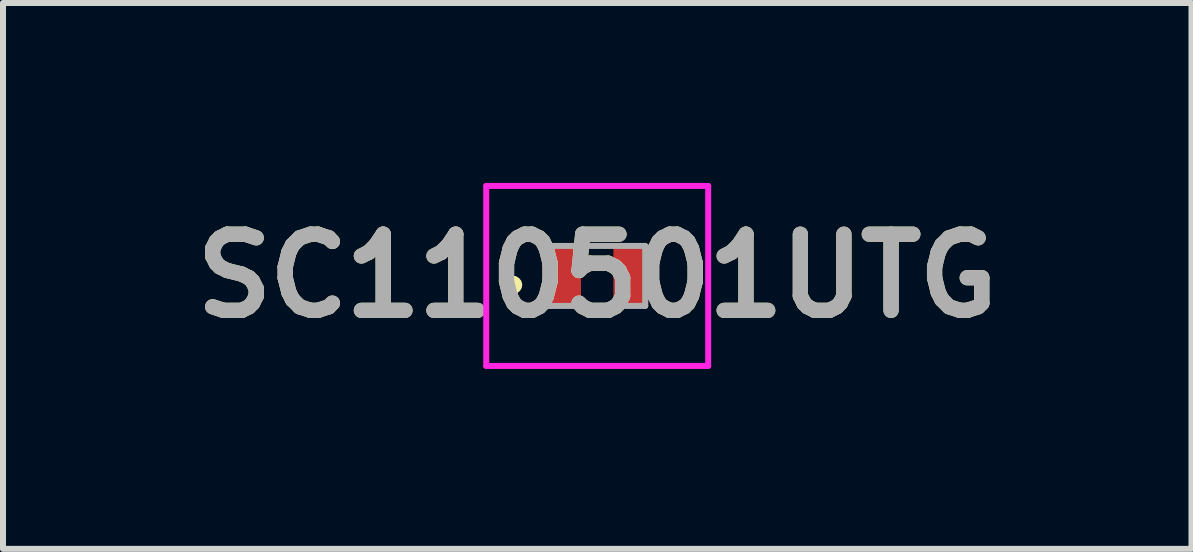
<source format=kicad_pcb>
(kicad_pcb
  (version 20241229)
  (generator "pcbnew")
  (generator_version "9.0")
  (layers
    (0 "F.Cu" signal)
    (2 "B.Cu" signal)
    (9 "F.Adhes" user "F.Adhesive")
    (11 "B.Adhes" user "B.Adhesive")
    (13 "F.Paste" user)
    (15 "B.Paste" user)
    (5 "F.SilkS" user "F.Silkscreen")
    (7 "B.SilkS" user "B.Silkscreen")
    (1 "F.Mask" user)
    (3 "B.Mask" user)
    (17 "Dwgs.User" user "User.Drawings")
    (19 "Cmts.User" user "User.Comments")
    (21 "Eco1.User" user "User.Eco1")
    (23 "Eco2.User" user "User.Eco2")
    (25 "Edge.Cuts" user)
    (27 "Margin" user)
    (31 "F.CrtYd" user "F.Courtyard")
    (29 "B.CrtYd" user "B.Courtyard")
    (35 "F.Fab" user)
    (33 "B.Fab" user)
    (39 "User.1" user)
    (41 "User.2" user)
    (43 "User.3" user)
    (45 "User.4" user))
  (footprint "SC110501UTG"
    (layer "F.Cu")
    (at 6.906 1.55)
    (property "Reference" "SC110501UTG" (at 0 0 0) (layer "F.SilkS") (effects (font (size 1.27 1.27) (thickness 0.254))))
    (attr smd)
    (fp_line (start -1.4 0.1) (end -1.4 0.1) (stroke (width 0.2) (type solid)) (layer "F.SilkS"))
    (fp_line (start -1.4 0.2) (end -1.4 0.2) (stroke (width 0.2) (type solid)) (layer "F.SilkS"))
    (fp_arc (start -1.4 0.1) (mid -1.35 0.15) (end -1.4 0.2) (stroke (width 0.2) (type solid)) (layer "F.SilkS"))
    (fp_arc (start -1.4 0.2) (mid -1.45 0.15) (end -1.4 0.1) (stroke (width 0.2) (type solid)) (layer "F.SilkS"))
    (fp_line (start -1.85 -1.5) (end 1.85 -1.5) (stroke (width 0.1) (type solid)) (layer "F.CrtYd"))
    (fp_line (start -1.85 1.5) (end -1.85 -1.5) (stroke (width 0.1) (type solid)) (layer "F.CrtYd"))
    (fp_line (start 1.85 -1.5) (end 1.85 1.5) (stroke (width 0.1) (type solid)) (layer "F.CrtYd"))
    (fp_line (start 1.85 1.5) (end -1.85 1.5) (stroke (width 0.1) (type solid)) (layer "F.CrtYd"))
    (fp_line (start -0.8 -0.5) (end -0.8 0.5) (stroke (width 0.1) (type solid)) (layer "F.Fab"))
    (fp_line (start -0.8 0.5) (end 0.8 0.5) (stroke (width 0.1) (type solid)) (layer "F.Fab"))
    (fp_line (start 0.8 -0.5) (end -0.8 -0.5) (stroke (width 0.1) (type solid)) (layer "F.Fab"))
    (fp_line (start 0.8 0.5) (end 0.8 -0.5) (stroke (width 0.1) (type solid)) (layer "F.Fab"))
    (fp_text user "${REFERENCE}" (at 0 0 0) (layer "F.Fab") (effects (font (size 1.27 1.27) (thickness 0.254))))
    (pad "1" smd rect (at -0.56 0) (size 0.58 1) (layers "F.Cu" "F.Mask" "F.Paste"))
    (pad "2" smd rect (at 0.56 0) (size 0.58 1) (layers "F.Cu" "F.Mask" "F.Paste")))
  (gr_rect
    (start -3 -3)
    (end 16.813 6.1)
    (stroke (width 0.1) (type default))
    (fill no)
    (layer "Edge.Cuts")))
</source>
